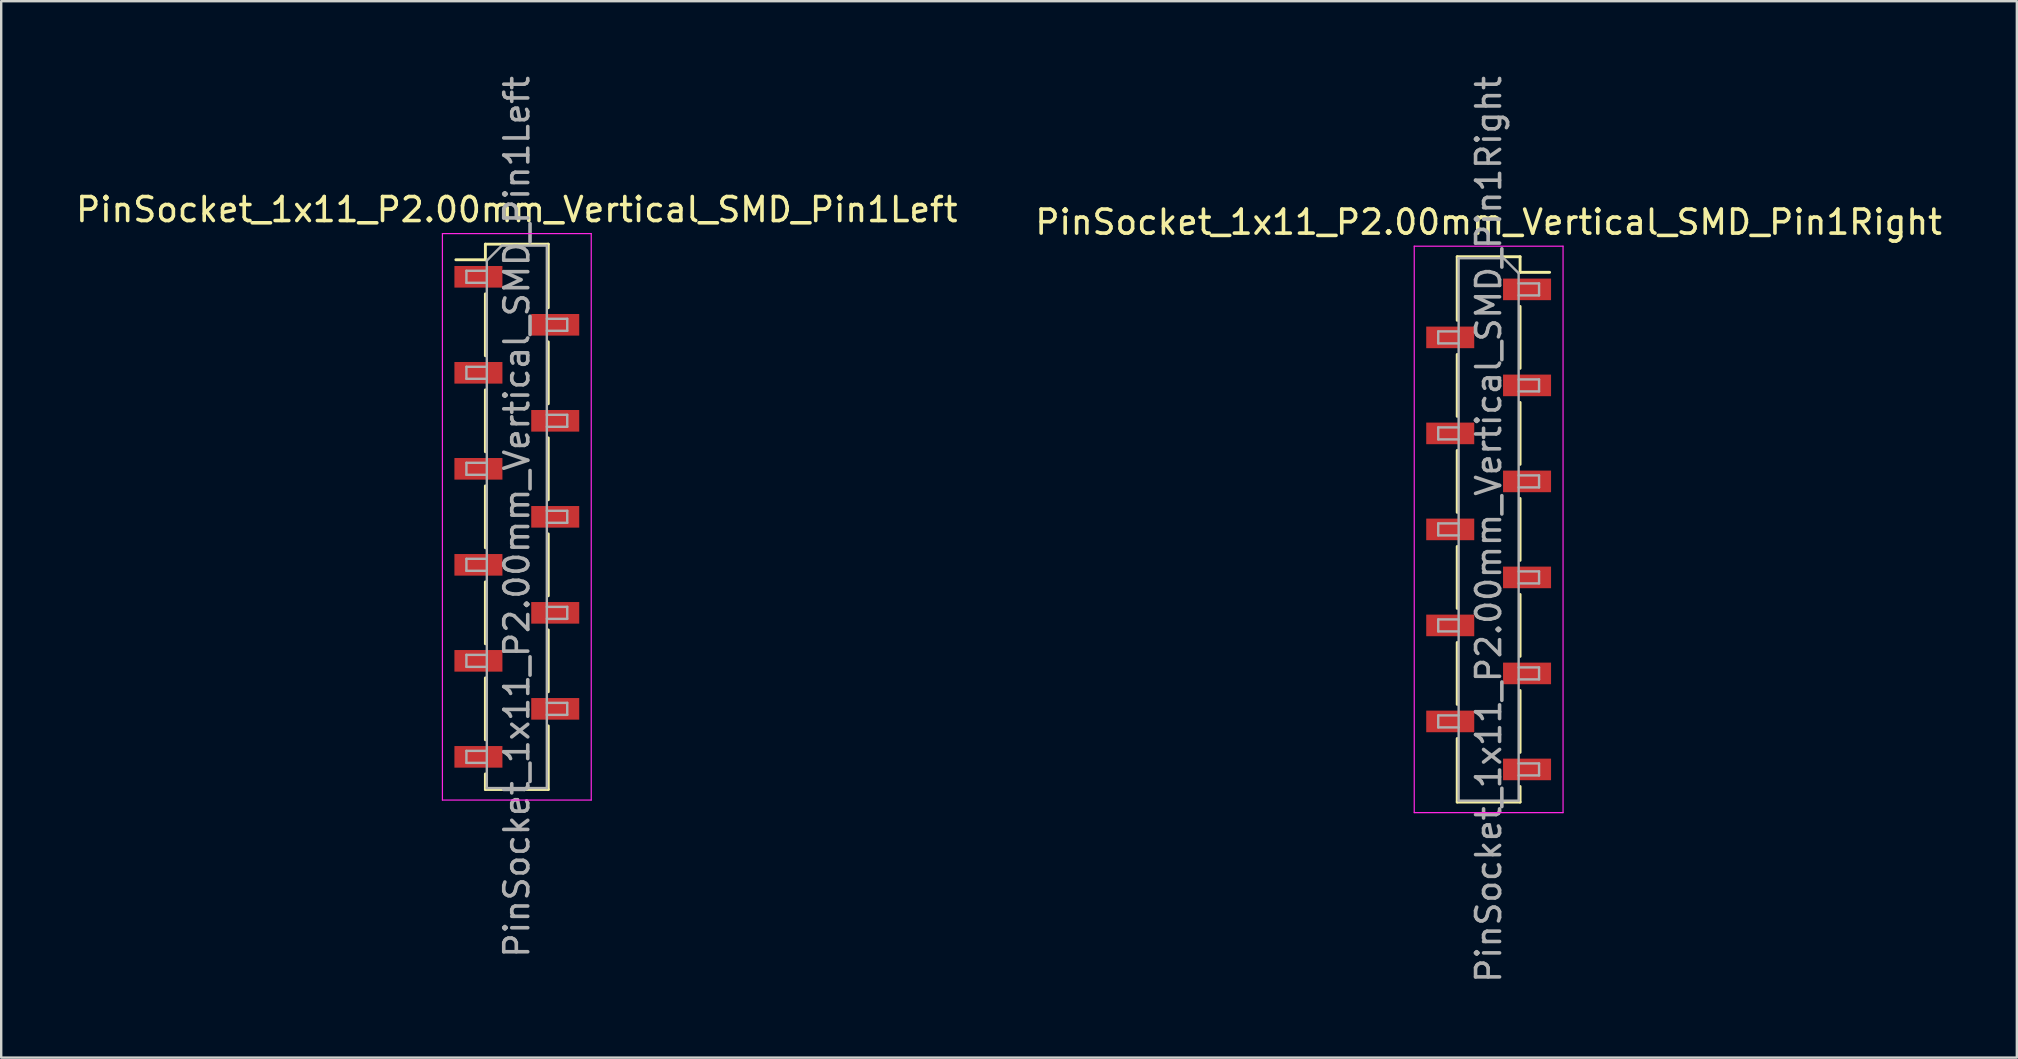
<source format=kicad_pcb>
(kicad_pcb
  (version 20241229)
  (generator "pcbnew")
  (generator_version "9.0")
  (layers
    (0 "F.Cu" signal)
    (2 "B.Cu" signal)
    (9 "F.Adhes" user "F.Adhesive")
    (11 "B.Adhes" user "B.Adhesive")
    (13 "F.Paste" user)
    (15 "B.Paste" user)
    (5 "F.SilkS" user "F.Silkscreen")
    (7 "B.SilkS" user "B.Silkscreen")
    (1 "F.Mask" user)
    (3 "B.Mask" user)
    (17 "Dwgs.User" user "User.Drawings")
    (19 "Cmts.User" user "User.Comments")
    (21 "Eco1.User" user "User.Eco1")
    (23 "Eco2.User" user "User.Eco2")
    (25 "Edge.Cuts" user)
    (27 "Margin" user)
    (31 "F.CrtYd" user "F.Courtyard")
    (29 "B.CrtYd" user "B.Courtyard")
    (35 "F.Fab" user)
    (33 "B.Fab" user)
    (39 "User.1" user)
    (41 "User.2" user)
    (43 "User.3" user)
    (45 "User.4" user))
  (footprint "PinSocket_1x11_P2.00mm_Vertical_SMD_Pin1Right"
    (layer "F.Cu")
    (at 58.97 19.006)
    (property "Reference" "PinSocket_1x11_P2.00mm_Vertical_SMD_Pin1Right" (at 0 -12.8 0) (layer "F.SilkS") (effects (font (size 1 1) (thickness 0.15))))
    (attr smd)
    (fp_line (start -1.31 -11.36) (end -1.31 -8.71) (stroke (width 0.12) (type solid)) (layer "F.SilkS"))
    (fp_line (start -1.31 -11.36) (end 1.31 -11.36) (stroke (width 0.12) (type solid)) (layer "F.SilkS"))
    (fp_line (start -1.31 -7.29) (end -1.31 -4.71) (stroke (width 0.12) (type solid)) (layer "F.SilkS"))
    (fp_line (start -1.31 -3.29) (end -1.31 -0.71) (stroke (width 0.12) (type solid)) (layer "F.SilkS"))
    (fp_line (start -1.31 0.71) (end -1.31 3.29) (stroke (width 0.12) (type solid)) (layer "F.SilkS"))
    (fp_line (start -1.31 4.71) (end -1.31 7.29) (stroke (width 0.12) (type solid)) (layer "F.SilkS"))
    (fp_line (start -1.31 8.71) (end -1.31 11.36) (stroke (width 0.12) (type solid)) (layer "F.SilkS"))
    (fp_line (start -1.31 11.36) (end 1.31 11.36) (stroke (width 0.12) (type solid)) (layer "F.SilkS"))
    (fp_line (start 1.31 -11.36) (end 1.31 -10.71) (stroke (width 0.12) (type solid)) (layer "F.SilkS"))
    (fp_line (start 1.31 -10.71) (end 2.54 -10.71) (stroke (width 0.12) (type solid)) (layer "F.SilkS"))
    (fp_line (start 1.31 -9.29) (end 1.31 -6.71) (stroke (width 0.12) (type solid)) (layer "F.SilkS"))
    (fp_line (start 1.31 -5.29) (end 1.31 -2.71) (stroke (width 0.12) (type solid)) (layer "F.SilkS"))
    (fp_line (start 1.31 -1.29) (end 1.31 1.29) (stroke (width 0.12) (type solid)) (layer "F.SilkS"))
    (fp_line (start 1.31 2.71) (end 1.31 5.29) (stroke (width 0.12) (type solid)) (layer "F.SilkS"))
    (fp_line (start 1.31 6.71) (end 1.31 9.29) (stroke (width 0.12) (type solid)) (layer "F.SilkS"))
    (fp_line (start 1.31 10.71) (end 1.31 11.36) (stroke (width 0.12) (type solid)) (layer "F.SilkS"))
    (fp_line (start -3.1 -11.8) (end 3.1 -11.8) (stroke (width 0.05) (type solid)) (layer "F.CrtYd"))
    (fp_line (start -3.1 11.8) (end -3.1 -11.8) (stroke (width 0.05) (type solid)) (layer "F.CrtYd"))
    (fp_line (start 3.1 -11.8) (end 3.1 11.8) (stroke (width 0.05) (type solid)) (layer "F.CrtYd"))
    (fp_line (start 3.1 11.8) (end -3.1 11.8) (stroke (width 0.05) (type solid)) (layer "F.CrtYd"))
    (fp_line (start -2.1 -8.25) (end -1.25 -8.25) (stroke (width 0.1) (type solid)) (layer "F.Fab"))
    (fp_line (start -2.1 -7.75) (end -2.1 -8.25) (stroke (width 0.1) (type solid)) (layer "F.Fab"))
    (fp_line (start -2.1 -4.25) (end -1.25 -4.25) (stroke (width 0.1) (type solid)) (layer "F.Fab"))
    (fp_line (start -2.1 -3.75) (end -2.1 -4.25) (stroke (width 0.1) (type solid)) (layer "F.Fab"))
    (fp_line (start -2.1 -0.25) (end -1.25 -0.25) (stroke (width 0.1) (type solid)) (layer "F.Fab"))
    (fp_line (start -2.1 0.25) (end -2.1 -0.25) (stroke (width 0.1) (type solid)) (layer "F.Fab"))
    (fp_line (start -2.1 3.75) (end -1.25 3.75) (stroke (width 0.1) (type solid)) (layer "F.Fab"))
    (fp_line (start -2.1 4.25) (end -2.1 3.75) (stroke (width 0.1) (type solid)) (layer "F.Fab"))
    (fp_line (start -2.1 7.75) (end -1.25 7.75) (stroke (width 0.1) (type solid)) (layer "F.Fab"))
    (fp_line (start -2.1 8.25) (end -2.1 7.75) (stroke (width 0.1) (type solid)) (layer "F.Fab"))
    (fp_line (start -1.25 -11.3) (end 0.625 -11.3) (stroke (width 0.1) (type solid)) (layer "F.Fab"))
    (fp_line (start -1.25 -7.75) (end -2.1 -7.75) (stroke (width 0.1) (type solid)) (layer "F.Fab"))
    (fp_line (start -1.25 -3.75) (end -2.1 -3.75) (stroke (width 0.1) (type solid)) (layer "F.Fab"))
    (fp_line (start -1.25 0.25) (end -2.1 0.25) (stroke (width 0.1) (type solid)) (layer "F.Fab"))
    (fp_line (start -1.25 4.25) (end -2.1 4.25) (stroke (width 0.1) (type solid)) (layer "F.Fab"))
    (fp_line (start -1.25 8.25) (end -2.1 8.25) (stroke (width 0.1) (type solid)) (layer "F.Fab"))
    (fp_line (start -1.25 11.3) (end -1.25 -11.3) (stroke (width 0.1) (type solid)) (layer "F.Fab"))
    (fp_line (start 0.625 -11.3) (end 1.25 -10.675) (stroke (width 0.1) (type solid)) (layer "F.Fab"))
    (fp_line (start 1.25 -10.675) (end 1.25 11.3) (stroke (width 0.1) (type solid)) (layer "F.Fab"))
    (fp_line (start 1.25 -10.25) (end 2.1 -10.25) (stroke (width 0.1) (type solid)) (layer "F.Fab"))
    (fp_line (start 1.25 -6.25) (end 2.1 -6.25) (stroke (width 0.1) (type solid)) (layer "F.Fab"))
    (fp_line (start 1.25 -2.25) (end 2.1 -2.25) (stroke (width 0.1) (type solid)) (layer "F.Fab"))
    (fp_line (start 1.25 1.75) (end 2.1 1.75) (stroke (width 0.1) (type solid)) (layer "F.Fab"))
    (fp_line (start 1.25 5.75) (end 2.1 5.75) (stroke (width 0.1) (type solid)) (layer "F.Fab"))
    (fp_line (start 1.25 9.75) (end 2.1 9.75) (stroke (width 0.1) (type solid)) (layer "F.Fab"))
    (fp_line (start 1.25 11.3) (end -1.25 11.3) (stroke (width 0.1) (type solid)) (layer "F.Fab"))
    (fp_line (start 2.1 -10.25) (end 2.1 -9.75) (stroke (width 0.1) (type solid)) (layer "F.Fab"))
    (fp_line (start 2.1 -9.75) (end 1.25 -9.75) (stroke (width 0.1) (type solid)) (layer "F.Fab"))
    (fp_line (start 2.1 -6.25) (end 2.1 -5.75) (stroke (width 0.1) (type solid)) (layer "F.Fab"))
    (fp_line (start 2.1 -5.75) (end 1.25 -5.75) (stroke (width 0.1) (type solid)) (layer "F.Fab"))
    (fp_line (start 2.1 -2.25) (end 2.1 -1.75) (stroke (width 0.1) (type solid)) (layer "F.Fab"))
    (fp_line (start 2.1 -1.75) (end 1.25 -1.75) (stroke (width 0.1) (type solid)) (layer "F.Fab"))
    (fp_line (start 2.1 1.75) (end 2.1 2.25) (stroke (width 0.1) (type solid)) (layer "F.Fab"))
    (fp_line (start 2.1 2.25) (end 1.25 2.25) (stroke (width 0.1) (type solid)) (layer "F.Fab"))
    (fp_line (start 2.1 5.75) (end 2.1 6.25) (stroke (width 0.1) (type solid)) (layer "F.Fab"))
    (fp_line (start 2.1 6.25) (end 1.25 6.25) (stroke (width 0.1) (type solid)) (layer "F.Fab"))
    (fp_line (start 2.1 9.75) (end 2.1 10.25) (stroke (width 0.1) (type solid)) (layer "F.Fab"))
    (fp_line (start 2.1 10.25) (end 1.25 10.25) (stroke (width 0.1) (type solid)) (layer "F.Fab"))
    (fp_text user "${REFERENCE}" (at 0 0 90) (layer "F.Fab") (effects (font (size 1 1) (thickness 0.15))))
    (pad "1" smd rect (at 1.6 -10) (size 2 0.9) (layers "F.Cu" "F.Mask" "F.Paste"))
    (pad "2" smd rect (at -1.6 -8) (size 2 0.9) (layers "F.Cu" "F.Mask" "F.Paste"))
    (pad "3" smd rect (at 1.6 -6) (size 2 0.9) (layers "F.Cu" "F.Mask" "F.Paste"))
    (pad "4" smd rect (at -1.6 -4) (size 2 0.9) (layers "F.Cu" "F.Mask" "F.Paste"))
    (pad "5" smd rect (at 1.6 -2) (size 2 0.9) (layers "F.Cu" "F.Mask" "F.Paste"))
    (pad "6" smd rect (at -1.6 0) (size 2 0.9) (layers "F.Cu" "F.Mask" "F.Paste"))
    (pad "7" smd rect (at 1.6 2) (size 2 0.9) (layers "F.Cu" "F.Mask" "F.Paste"))
    (pad "8" smd rect (at -1.6 4) (size 2 0.9) (layers "F.Cu" "F.Mask" "F.Paste"))
    (pad "9" smd rect (at 1.6 6) (size 2 0.9) (layers "F.Cu" "F.Mask" "F.Paste"))
    (pad "10" smd rect (at -1.6 8) (size 2 0.9) (layers "F.Cu" "F.Mask" "F.Paste"))
    (pad "11" smd rect (at 1.6 10) (size 2 0.9) (layers "F.Cu" "F.Mask" "F.Paste")))
  (footprint "PinSocket_1x11_P2.00mm_Vertical_SMD_Pin1Left"
    (layer "F.Cu")
    (at 18.482 18.482)
    (property "Reference" "PinSocket_1x11_P2.00mm_Vertical_SMD_Pin1Left" (at 0 -12.8 0) (layer "F.SilkS") (effects (font (size 1 1) (thickness 0.15))))
    (attr smd)
    (fp_line (start -2.54 -10.71) (end -1.31 -10.71) (stroke (width 0.12) (type solid)) (layer "F.SilkS"))
    (fp_line (start -1.31 -11.36) (end -1.31 -10.71) (stroke (width 0.12) (type solid)) (layer "F.SilkS"))
    (fp_line (start -1.31 -11.36) (end 1.31 -11.36) (stroke (width 0.12) (type solid)) (layer "F.SilkS"))
    (fp_line (start -1.31 -9.29) (end -1.31 -6.71) (stroke (width 0.12) (type solid)) (layer "F.SilkS"))
    (fp_line (start -1.31 -5.29) (end -1.31 -2.71) (stroke (width 0.12) (type solid)) (layer "F.SilkS"))
    (fp_line (start -1.31 -1.29) (end -1.31 1.29) (stroke (width 0.12) (type solid)) (layer "F.SilkS"))
    (fp_line (start -1.31 2.71) (end -1.31 5.29) (stroke (width 0.12) (type solid)) (layer "F.SilkS"))
    (fp_line (start -1.31 6.71) (end -1.31 9.29) (stroke (width 0.12) (type solid)) (layer "F.SilkS"))
    (fp_line (start -1.31 10.71) (end -1.31 11.36) (stroke (width 0.12) (type solid)) (layer "F.SilkS"))
    (fp_line (start -1.31 11.36) (end 1.31 11.36) (stroke (width 0.12) (type solid)) (layer "F.SilkS"))
    (fp_line (start 1.31 -11.36) (end 1.31 -8.71) (stroke (width 0.12) (type solid)) (layer "F.SilkS"))
    (fp_line (start 1.31 -7.29) (end 1.31 -4.71) (stroke (width 0.12) (type solid)) (layer "F.SilkS"))
    (fp_line (start 1.31 -3.29) (end 1.31 -0.71) (stroke (width 0.12) (type solid)) (layer "F.SilkS"))
    (fp_line (start 1.31 0.71) (end 1.31 3.29) (stroke (width 0.12) (type solid)) (layer "F.SilkS"))
    (fp_line (start 1.31 4.71) (end 1.31 7.29) (stroke (width 0.12) (type solid)) (layer "F.SilkS"))
    (fp_line (start 1.31 8.71) (end 1.31 11.36) (stroke (width 0.12) (type solid)) (layer "F.SilkS"))
    (fp_line (start -3.1 -11.8) (end 3.1 -11.8) (stroke (width 0.05) (type solid)) (layer "F.CrtYd"))
    (fp_line (start -3.1 11.8) (end -3.1 -11.8) (stroke (width 0.05) (type solid)) (layer "F.CrtYd"))
    (fp_line (start 3.1 -11.8) (end 3.1 11.8) (stroke (width 0.05) (type solid)) (layer "F.CrtYd"))
    (fp_line (start 3.1 11.8) (end -3.1 11.8) (stroke (width 0.05) (type solid)) (layer "F.CrtYd"))
    (fp_line (start -2.1 -10.25) (end -1.25 -10.25) (stroke (width 0.1) (type solid)) (layer "F.Fab"))
    (fp_line (start -2.1 -9.75) (end -2.1 -10.25) (stroke (width 0.1) (type solid)) (layer "F.Fab"))
    (fp_line (start -2.1 -6.25) (end -1.25 -6.25) (stroke (width 0.1) (type solid)) (layer "F.Fab"))
    (fp_line (start -2.1 -5.75) (end -2.1 -6.25) (stroke (width 0.1) (type solid)) (layer "F.Fab"))
    (fp_line (start -2.1 -2.25) (end -1.25 -2.25) (stroke (width 0.1) (type solid)) (layer "F.Fab"))
    (fp_line (start -2.1 -1.75) (end -2.1 -2.25) (stroke (width 0.1) (type solid)) (layer "F.Fab"))
    (fp_line (start -2.1 1.75) (end -1.25 1.75) (stroke (width 0.1) (type solid)) (layer "F.Fab"))
    (fp_line (start -2.1 2.25) (end -2.1 1.75) (stroke (width 0.1) (type solid)) (layer "F.Fab"))
    (fp_line (start -2.1 5.75) (end -1.25 5.75) (stroke (width 0.1) (type solid)) (layer "F.Fab"))
    (fp_line (start -2.1 6.25) (end -2.1 5.75) (stroke (width 0.1) (type solid)) (layer "F.Fab"))
    (fp_line (start -2.1 9.75) (end -1.25 9.75) (stroke (width 0.1) (type solid)) (layer "F.Fab"))
    (fp_line (start -2.1 10.25) (end -2.1 9.75) (stroke (width 0.1) (type solid)) (layer "F.Fab"))
    (fp_line (start -1.25 -10.675) (end -0.625 -11.3) (stroke (width 0.1) (type solid)) (layer "F.Fab"))
    (fp_line (start -1.25 -9.75) (end -2.1 -9.75) (stroke (width 0.1) (type solid)) (layer "F.Fab"))
    (fp_line (start -1.25 -5.75) (end -2.1 -5.75) (stroke (width 0.1) (type solid)) (layer "F.Fab"))
    (fp_line (start -1.25 -1.75) (end -2.1 -1.75) (stroke (width 0.1) (type solid)) (layer "F.Fab"))
    (fp_line (start -1.25 2.25) (end -2.1 2.25) (stroke (width 0.1) (type solid)) (layer "F.Fab"))
    (fp_line (start -1.25 6.25) (end -2.1 6.25) (stroke (width 0.1) (type solid)) (layer "F.Fab"))
    (fp_line (start -1.25 10.25) (end -2.1 10.25) (stroke (width 0.1) (type solid)) (layer "F.Fab"))
    (fp_line (start -1.25 11.3) (end -1.25 -10.675) (stroke (width 0.1) (type solid)) (layer "F.Fab"))
    (fp_line (start -0.625 -11.3) (end 1.25 -11.3) (stroke (width 0.1) (type solid)) (layer "F.Fab"))
    (fp_line (start 1.25 -11.3) (end 1.25 11.3) (stroke (width 0.1) (type solid)) (layer "F.Fab"))
    (fp_line (start 1.25 -8.25) (end 2.1 -8.25) (stroke (width 0.1) (type solid)) (layer "F.Fab"))
    (fp_line (start 1.25 -4.25) (end 2.1 -4.25) (stroke (width 0.1) (type solid)) (layer "F.Fab"))
    (fp_line (start 1.25 -0.25) (end 2.1 -0.25) (stroke (width 0.1) (type solid)) (layer "F.Fab"))
    (fp_line (start 1.25 3.75) (end 2.1 3.75) (stroke (width 0.1) (type solid)) (layer "F.Fab"))
    (fp_line (start 1.25 7.75) (end 2.1 7.75) (stroke (width 0.1) (type solid)) (layer "F.Fab"))
    (fp_line (start 1.25 11.3) (end -1.25 11.3) (stroke (width 0.1) (type solid)) (layer "F.Fab"))
    (fp_line (start 2.1 -8.25) (end 2.1 -7.75) (stroke (width 0.1) (type solid)) (layer "F.Fab"))
    (fp_line (start 2.1 -7.75) (end 1.25 -7.75) (stroke (width 0.1) (type solid)) (layer "F.Fab"))
    (fp_line (start 2.1 -4.25) (end 2.1 -3.75) (stroke (width 0.1) (type solid)) (layer "F.Fab"))
    (fp_line (start 2.1 -3.75) (end 1.25 -3.75) (stroke (width 0.1) (type solid)) (layer "F.Fab"))
    (fp_line (start 2.1 -0.25) (end 2.1 0.25) (stroke (width 0.1) (type solid)) (layer "F.Fab"))
    (fp_line (start 2.1 0.25) (end 1.25 0.25) (stroke (width 0.1) (type solid)) (layer "F.Fab"))
    (fp_line (start 2.1 3.75) (end 2.1 4.25) (stroke (width 0.1) (type solid)) (layer "F.Fab"))
    (fp_line (start 2.1 4.25) (end 1.25 4.25) (stroke (width 0.1) (type solid)) (layer "F.Fab"))
    (fp_line (start 2.1 7.75) (end 2.1 8.25) (stroke (width 0.1) (type solid)) (layer "F.Fab"))
    (fp_line (start 2.1 8.25) (end 1.25 8.25) (stroke (width 0.1) (type solid)) (layer "F.Fab"))
    (fp_text user "${REFERENCE}" (at 0 0 90) (layer "F.Fab") (effects (font (size 1 1) (thickness 0.15))))
    (pad "1" smd rect (at -1.6 -10) (size 2 0.9) (layers "F.Cu" "F.Mask" "F.Paste"))
    (pad "2" smd rect (at 1.6 -8) (size 2 0.9) (layers "F.Cu" "F.Mask" "F.Paste"))
    (pad "3" smd rect (at -1.6 -6) (size 2 0.9) (layers "F.Cu" "F.Mask" "F.Paste"))
    (pad "4" smd rect (at 1.6 -4) (size 2 0.9) (layers "F.Cu" "F.Mask" "F.Paste"))
    (pad "5" smd rect (at -1.6 -2) (size 2 0.9) (layers "F.Cu" "F.Mask" "F.Paste"))
    (pad "6" smd rect (at 1.6 0) (size 2 0.9) (layers "F.Cu" "F.Mask" "F.Paste"))
    (pad "7" smd rect (at -1.6 2) (size 2 0.9) (layers "F.Cu" "F.Mask" "F.Paste"))
    (pad "8" smd rect (at 1.6 4) (size 2 0.9) (layers "F.Cu" "F.Mask" "F.Paste"))
    (pad "9" smd rect (at -1.6 6) (size 2 0.9) (layers "F.Cu" "F.Mask" "F.Paste"))
    (pad "10" smd rect (at 1.6 8) (size 2 0.9) (layers "F.Cu" "F.Mask" "F.Paste"))
    (pad "11" smd rect (at -1.6 10) (size 2 0.9) (layers "F.Cu" "F.Mask" "F.Paste")))
  (gr_rect
    (start -3 -3)
    (end 80.976 41.012)
    (stroke (width 0.1) (type default))
    (fill no)
    (layer "Edge.Cuts")))
</source>
